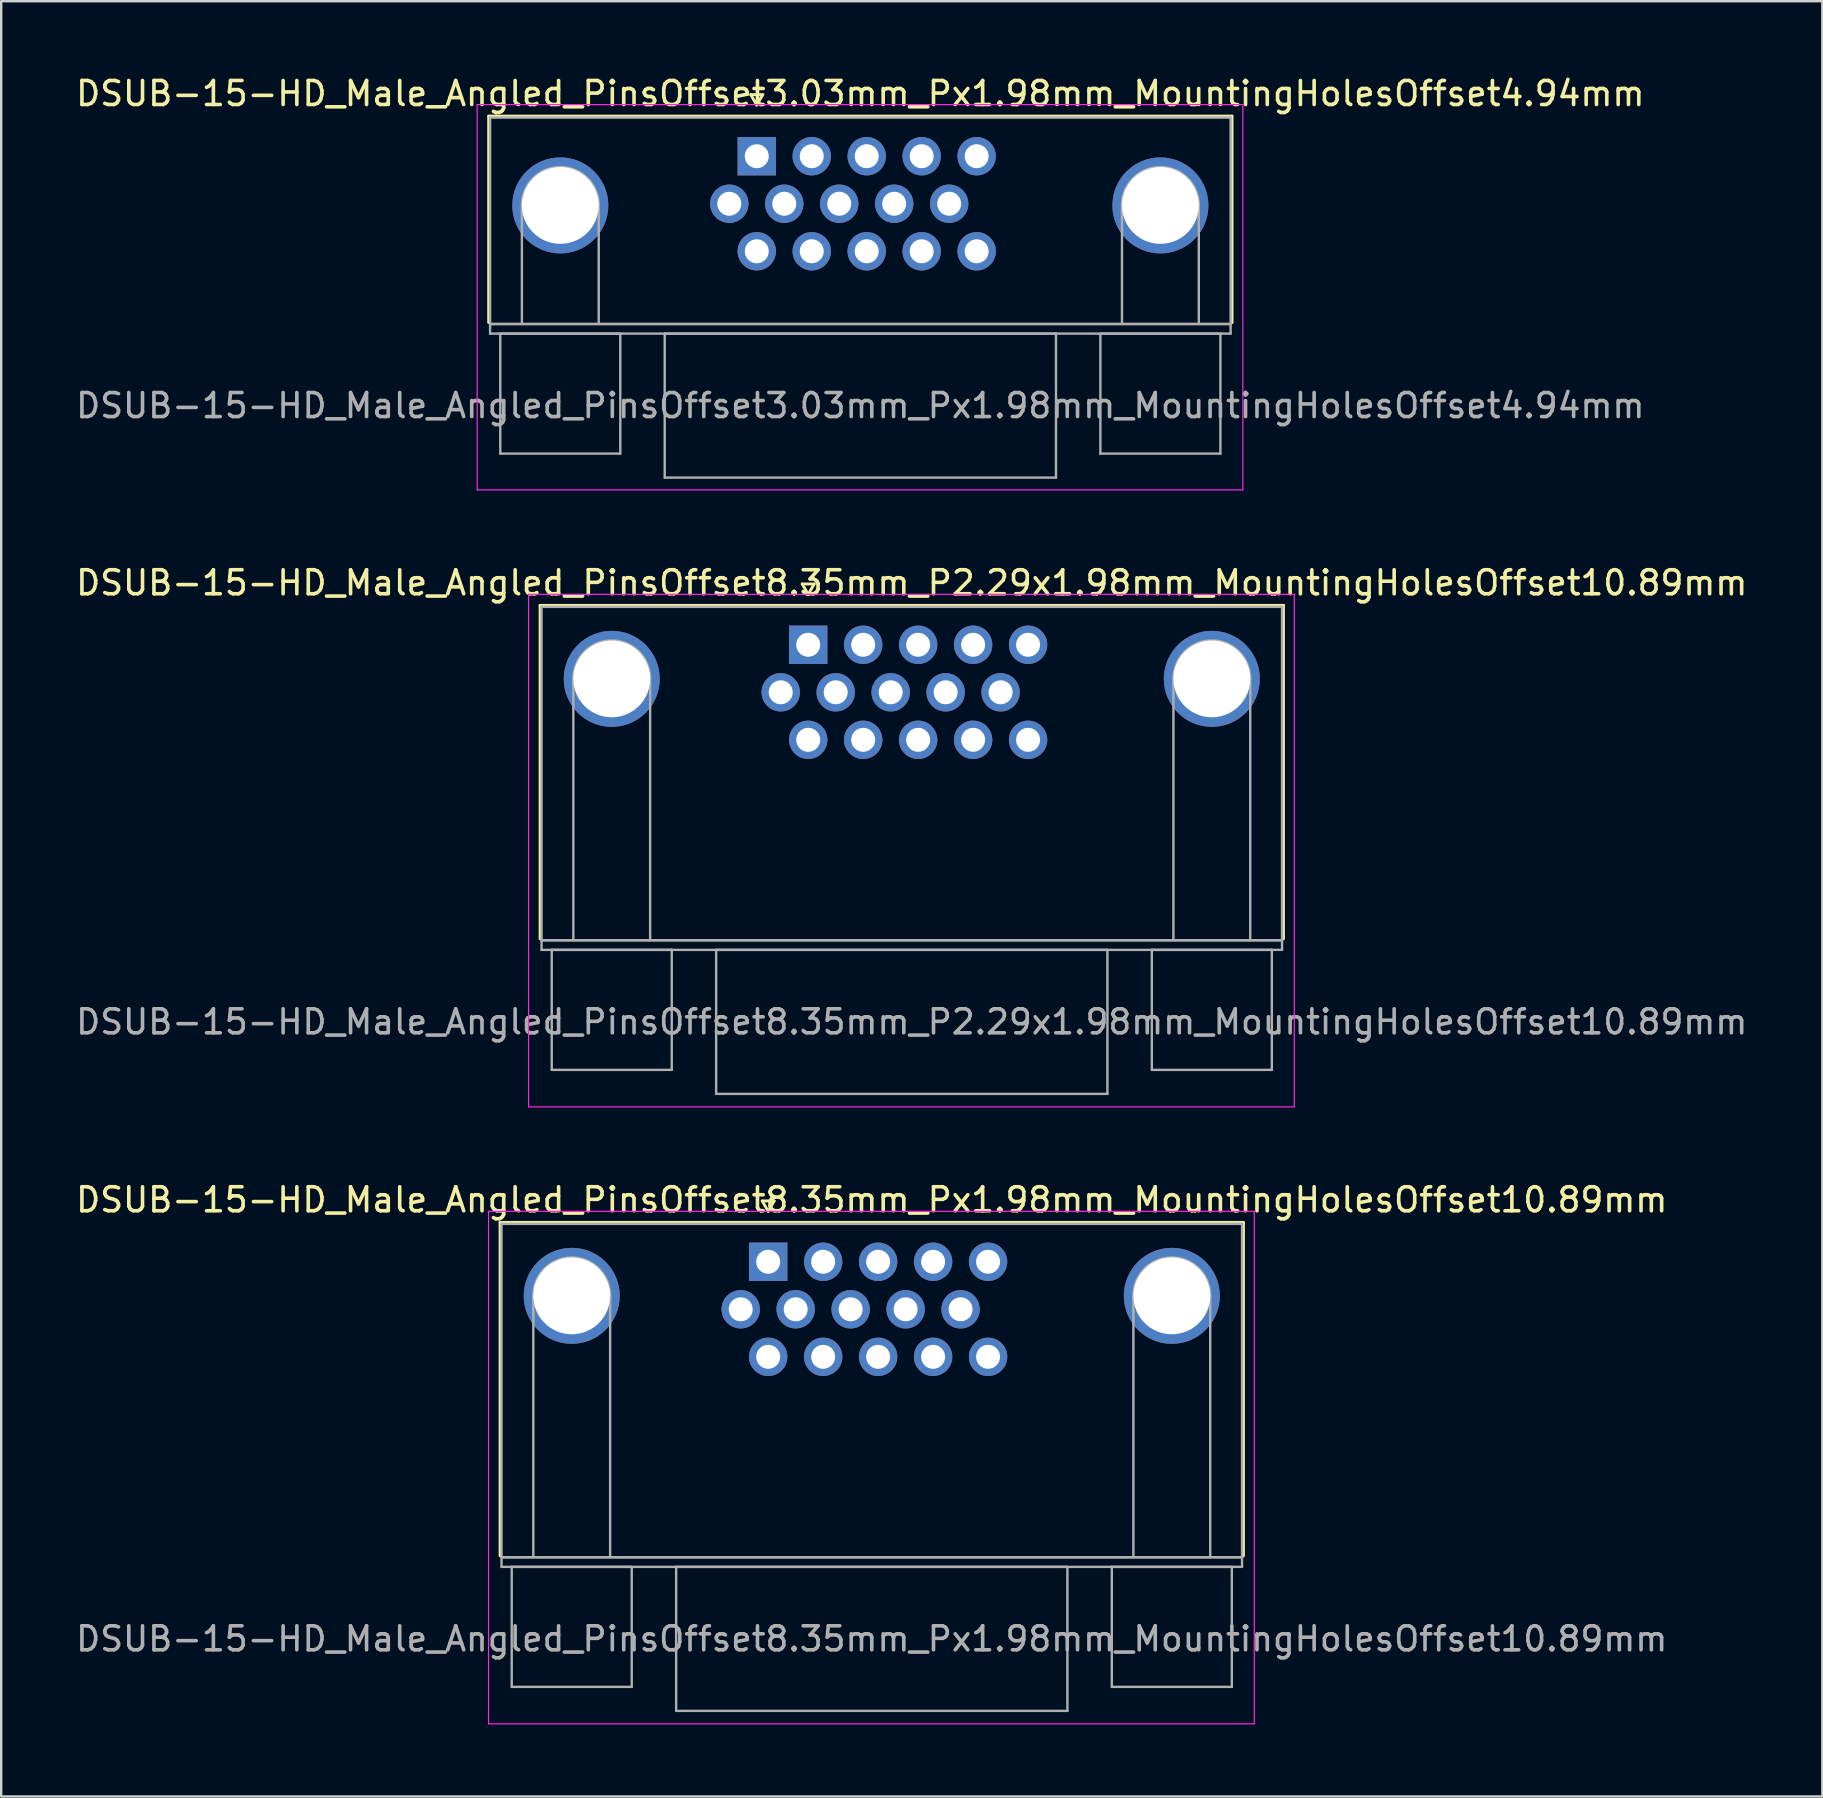
<source format=kicad_pcb>
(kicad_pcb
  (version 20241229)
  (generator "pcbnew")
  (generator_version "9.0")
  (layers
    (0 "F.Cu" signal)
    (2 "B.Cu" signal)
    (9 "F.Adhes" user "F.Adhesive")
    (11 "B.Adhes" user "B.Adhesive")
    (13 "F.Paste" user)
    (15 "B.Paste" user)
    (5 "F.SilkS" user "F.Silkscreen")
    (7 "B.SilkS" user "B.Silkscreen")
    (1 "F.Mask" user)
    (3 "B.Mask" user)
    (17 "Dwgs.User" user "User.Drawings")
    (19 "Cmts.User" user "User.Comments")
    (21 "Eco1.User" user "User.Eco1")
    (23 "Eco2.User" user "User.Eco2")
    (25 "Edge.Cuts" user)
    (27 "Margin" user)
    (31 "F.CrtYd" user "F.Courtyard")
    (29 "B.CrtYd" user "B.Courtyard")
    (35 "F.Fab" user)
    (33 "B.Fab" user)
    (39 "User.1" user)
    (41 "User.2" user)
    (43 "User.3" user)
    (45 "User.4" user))
  (footprint "DSUB-15-HD_Male_Angled_PinsOffset3.03mm_Px1.98mm_MountingHolesOffset4.94mm"
    (layer "F.Cu")
    (at 28.477 3.458)
    (property "Reference" "DSUB-15-HD_Male_Angled_PinsOffset3.03mm_Px1.98mm_MountingHolesOffset4.94mm" (at 4.315 -2.61 0) (layer "F.SilkS") (effects (font (size 1 1) (thickness 0.15))))
    (attr through_hole)
    (fp_line (start -11.17 -1.67) (end 19.8 -1.67) (stroke (width 0.12) (type solid)) (layer "F.SilkS"))
    (fp_line (start -11.17 6.93) (end -11.17 -1.67) (stroke (width 0.12) (type solid)) (layer "F.SilkS"))
    (fp_line (start -0.25 -2.564) (end 0.25 -2.564) (stroke (width 0.12) (type solid)) (layer "F.SilkS"))
    (fp_line (start 0 -2.131) (end -0.25 -2.564) (stroke (width 0.12) (type solid)) (layer "F.SilkS"))
    (fp_line (start 0.25 -2.564) (end 0 -2.131) (stroke (width 0.12) (type solid)) (layer "F.SilkS"))
    (fp_line (start 19.8 -1.67) (end 19.8 6.93) (stroke (width 0.12) (type solid)) (layer "F.SilkS"))
    (fp_line (start -11.65 -2.15) (end -11.65 13.9) (stroke (width 0.05) (type solid)) (layer "F.CrtYd"))
    (fp_line (start -11.65 13.9) (end 20.25 13.9) (stroke (width 0.05) (type solid)) (layer "F.CrtYd"))
    (fp_line (start 20.25 -2.15) (end -11.65 -2.15) (stroke (width 0.05) (type solid)) (layer "F.CrtYd"))
    (fp_line (start 20.25 13.9) (end 20.25 -2.15) (stroke (width 0.05) (type solid)) (layer "F.CrtYd"))
    (fp_line (start -11.11 -1.61) (end -11.11 6.99) (stroke (width 0.1) (type solid)) (layer "F.Fab"))
    (fp_line (start -11.11 6.99) (end -11.11 7.39) (stroke (width 0.1) (type solid)) (layer "F.Fab"))
    (fp_line (start -11.11 6.99) (end 19.74 6.99) (stroke (width 0.1) (type solid)) (layer "F.Fab"))
    (fp_line (start -11.11 7.39) (end 19.74 7.39) (stroke (width 0.1) (type solid)) (layer "F.Fab"))
    (fp_line (start -10.685 7.39) (end -10.685 12.39) (stroke (width 0.1) (type solid)) (layer "F.Fab"))
    (fp_line (start -10.685 12.39) (end -5.685 12.39) (stroke (width 0.1) (type solid)) (layer "F.Fab"))
    (fp_line (start -9.785 6.99) (end -9.785 2.05) (stroke (width 0.1) (type solid)) (layer "F.Fab"))
    (fp_line (start -6.585 6.99) (end -6.585 2.05) (stroke (width 0.1) (type solid)) (layer "F.Fab"))
    (fp_line (start -5.685 7.39) (end -10.685 7.39) (stroke (width 0.1) (type solid)) (layer "F.Fab"))
    (fp_line (start -5.685 12.39) (end -5.685 7.39) (stroke (width 0.1) (type solid)) (layer "F.Fab"))
    (fp_line (start -3.835 7.39) (end -3.835 13.39) (stroke (width 0.1) (type solid)) (layer "F.Fab"))
    (fp_line (start -3.835 13.39) (end 12.465 13.39) (stroke (width 0.1) (type solid)) (layer "F.Fab"))
    (fp_line (start 12.465 7.39) (end -3.835 7.39) (stroke (width 0.1) (type solid)) (layer "F.Fab"))
    (fp_line (start 12.465 13.39) (end 12.465 7.39) (stroke (width 0.1) (type solid)) (layer "F.Fab"))
    (fp_line (start 14.315 7.39) (end 14.315 12.39) (stroke (width 0.1) (type solid)) (layer "F.Fab"))
    (fp_line (start 14.315 12.39) (end 19.315 12.39) (stroke (width 0.1) (type solid)) (layer "F.Fab"))
    (fp_line (start 15.215 6.99) (end 15.215 2.05) (stroke (width 0.1) (type solid)) (layer "F.Fab"))
    (fp_line (start 18.415 6.99) (end 18.415 2.05) (stroke (width 0.1) (type solid)) (layer "F.Fab"))
    (fp_line (start 19.315 7.39) (end 14.315 7.39) (stroke (width 0.1) (type solid)) (layer "F.Fab"))
    (fp_line (start 19.315 12.39) (end 19.315 7.39) (stroke (width 0.1) (type solid)) (layer "F.Fab"))
    (fp_line (start 19.74 -1.61) (end -11.11 -1.61) (stroke (width 0.1) (type solid)) (layer "F.Fab"))
    (fp_line (start 19.74 6.99) (end -11.11 6.99) (stroke (width 0.1) (type solid)) (layer "F.Fab"))
    (fp_line (start 19.74 6.99) (end 19.74 -1.61) (stroke (width 0.1) (type solid)) (layer "F.Fab"))
    (fp_line (start 19.74 7.39) (end 19.74 6.99) (stroke (width 0.1) (type solid)) (layer "F.Fab"))
    (fp_arc (start -9.785 2.05) (mid -8.185 0.45) (end -6.585 2.05) (stroke (width 0.1) (type solid)) (layer "F.Fab"))
    (fp_arc (start 15.215 2.05) (mid 16.815 0.45) (end 18.415 2.05) (stroke (width 0.1) (type solid)) (layer "F.Fab"))
    (fp_text user "${REFERENCE}" (at 4.315 10.39 0) (layer "F.Fab") (effects (font (size 1 1) (thickness 0.15))))
    (pad "0" thru_hole circle (at -8.185 2.05) (size 4 4) (drill 3.2) (layers "*.Cu" "*.Mask"))
    (pad "0" thru_hole circle (at 16.815 2.05) (size 4 4) (drill 3.2) (layers "*.Cu" "*.Mask"))
    (pad "1" thru_hole rect (at 0 0) (size 1.6 1.6) (drill 1) (layers "*.Cu" "*.Mask"))
    (pad "2" thru_hole circle (at 2.29 0) (size 1.6 1.6) (drill 1) (layers "*.Cu" "*.Mask"))
    (pad "3" thru_hole circle (at 4.58 0) (size 1.6 1.6) (drill 1) (layers "*.Cu" "*.Mask"))
    (pad "4" thru_hole circle (at 6.87 0) (size 1.6 1.6) (drill 1) (layers "*.Cu" "*.Mask"))
    (pad "5" thru_hole circle (at 9.16 0) (size 1.6 1.6) (drill 1) (layers "*.Cu" "*.Mask"))
    (pad "6" thru_hole circle (at -1.145 1.98) (size 1.6 1.6) (drill 1) (layers "*.Cu" "*.Mask"))
    (pad "7" thru_hole circle (at 1.145 1.98) (size 1.6 1.6) (drill 1) (layers "*.Cu" "*.Mask"))
    (pad "8" thru_hole circle (at 3.435 1.98) (size 1.6 1.6) (drill 1) (layers "*.Cu" "*.Mask"))
    (pad "9" thru_hole circle (at 5.725 1.98) (size 1.6 1.6) (drill 1) (layers "*.Cu" "*.Mask"))
    (pad "10" thru_hole circle (at 8.015 1.98) (size 1.6 1.6) (drill 1) (layers "*.Cu" "*.Mask"))
    (pad "11" thru_hole circle (at 0 3.96) (size 1.6 1.6) (drill 1) (layers "*.Cu" "*.Mask"))
    (pad "12" thru_hole circle (at 2.29 3.96) (size 1.6 1.6) (drill 1) (layers "*.Cu" "*.Mask"))
    (pad "13" thru_hole circle (at 4.58 3.96) (size 1.6 1.6) (drill 1) (layers "*.Cu" "*.Mask"))
    (pad "14" thru_hole circle (at 6.87 3.96) (size 1.6 1.6) (drill 1) (layers "*.Cu" "*.Mask"))
    (pad "15" thru_hole circle (at 9.16 3.96) (size 1.6 1.6) (drill 1) (layers "*.Cu" "*.Mask")))
  (footprint "DSUB-15-HD_Male_Angled_PinsOffset8.35mm_P2.29x1.98mm_MountingHolesOffset10.89mm"
    (layer "F.Cu")
    (at 30.62 23.811)
    (property "Reference" "DSUB-15-HD_Male_Angled_PinsOffset8.35mm_P2.29x1.98mm_MountingHolesOffset10.89mm" (at 4.315 -2.58 0) (layer "F.SilkS") (effects (font (size 1 1) (thickness 0.15))))
    (attr through_hole)
    (fp_line (start -11.17 -1.64) (end 19.8 -1.64) (stroke (width 0.12) (type solid)) (layer "F.SilkS"))
    (fp_line (start -11.17 12.25) (end -11.17 -1.64) (stroke (width 0.12) (type solid)) (layer "F.SilkS"))
    (fp_line (start -0.25 -2.534) (end 0.25 -2.534) (stroke (width 0.12) (type solid)) (layer "F.SilkS"))
    (fp_line (start 0 -2.101) (end -0.25 -2.534) (stroke (width 0.12) (type solid)) (layer "F.SilkS"))
    (fp_line (start 0.25 -2.534) (end 0 -2.101) (stroke (width 0.12) (type solid)) (layer "F.SilkS"))
    (fp_line (start 19.8 -1.64) (end 19.8 12.25) (stroke (width 0.12) (type solid)) (layer "F.SilkS"))
    (fp_line (start -11.65 -2.1) (end -11.65 19.25) (stroke (width 0.05) (type solid)) (layer "F.CrtYd"))
    (fp_line (start -11.65 19.25) (end 20.25 19.25) (stroke (width 0.05) (type solid)) (layer "F.CrtYd"))
    (fp_line (start 20.25 -2.1) (end -11.65 -2.1) (stroke (width 0.05) (type solid)) (layer "F.CrtYd"))
    (fp_line (start 20.25 19.25) (end 20.25 -2.1) (stroke (width 0.05) (type solid)) (layer "F.CrtYd"))
    (fp_line (start -11.11 -1.58) (end -11.11 12.31) (stroke (width 0.1) (type solid)) (layer "F.Fab"))
    (fp_line (start -11.11 12.31) (end -11.11 12.71) (stroke (width 0.1) (type solid)) (layer "F.Fab"))
    (fp_line (start -11.11 12.31) (end 19.74 12.31) (stroke (width 0.1) (type solid)) (layer "F.Fab"))
    (fp_line (start -11.11 12.71) (end 19.74 12.71) (stroke (width 0.1) (type solid)) (layer "F.Fab"))
    (fp_line (start -10.685 12.71) (end -10.685 17.71) (stroke (width 0.1) (type solid)) (layer "F.Fab"))
    (fp_line (start -10.685 17.71) (end -5.685 17.71) (stroke (width 0.1) (type solid)) (layer "F.Fab"))
    (fp_line (start -9.785 12.31) (end -9.785 1.42) (stroke (width 0.1) (type solid)) (layer "F.Fab"))
    (fp_line (start -6.585 12.31) (end -6.585 1.42) (stroke (width 0.1) (type solid)) (layer "F.Fab"))
    (fp_line (start -5.685 12.71) (end -10.685 12.71) (stroke (width 0.1) (type solid)) (layer "F.Fab"))
    (fp_line (start -5.685 17.71) (end -5.685 12.71) (stroke (width 0.1) (type solid)) (layer "F.Fab"))
    (fp_line (start -3.835 12.71) (end -3.835 18.71) (stroke (width 0.1) (type solid)) (layer "F.Fab"))
    (fp_line (start -3.835 18.71) (end 12.465 18.71) (stroke (width 0.1) (type solid)) (layer "F.Fab"))
    (fp_line (start 12.465 12.71) (end -3.835 12.71) (stroke (width 0.1) (type solid)) (layer "F.Fab"))
    (fp_line (start 12.465 18.71) (end 12.465 12.71) (stroke (width 0.1) (type solid)) (layer "F.Fab"))
    (fp_line (start 14.315 12.71) (end 14.315 17.71) (stroke (width 0.1) (type solid)) (layer "F.Fab"))
    (fp_line (start 14.315 17.71) (end 19.315 17.71) (stroke (width 0.1) (type solid)) (layer "F.Fab"))
    (fp_line (start 15.215 12.31) (end 15.215 1.42) (stroke (width 0.1) (type solid)) (layer "F.Fab"))
    (fp_line (start 18.415 12.31) (end 18.415 1.42) (stroke (width 0.1) (type solid)) (layer "F.Fab"))
    (fp_line (start 19.315 12.71) (end 14.315 12.71) (stroke (width 0.1) (type solid)) (layer "F.Fab"))
    (fp_line (start 19.315 17.71) (end 19.315 12.71) (stroke (width 0.1) (type solid)) (layer "F.Fab"))
    (fp_line (start 19.74 -1.58) (end -11.11 -1.58) (stroke (width 0.1) (type solid)) (layer "F.Fab"))
    (fp_line (start 19.74 12.31) (end -11.11 12.31) (stroke (width 0.1) (type solid)) (layer "F.Fab"))
    (fp_line (start 19.74 12.31) (end 19.74 -1.58) (stroke (width 0.1) (type solid)) (layer "F.Fab"))
    (fp_line (start 19.74 12.71) (end 19.74 12.31) (stroke (width 0.1) (type solid)) (layer "F.Fab"))
    (fp_arc (start -9.785 1.42) (mid -8.185 -0.18) (end -6.585 1.42) (stroke (width 0.1) (type solid)) (layer "F.Fab"))
    (fp_arc (start 15.215 1.42) (mid 16.815 -0.18) (end 18.415 1.42) (stroke (width 0.1) (type solid)) (layer "F.Fab"))
    (fp_text user "${REFERENCE}" (at 4.315 15.71 0) (layer "F.Fab") (effects (font (size 1 1) (thickness 0.15))))
    (pad "0" thru_hole circle (at -8.185 1.42) (size 4 4) (drill 3.2) (layers "*.Cu" "*.Mask"))
    (pad "0" thru_hole circle (at 16.815 1.42) (size 4 4) (drill 3.2) (layers "*.Cu" "*.Mask"))
    (pad "1" thru_hole rect (at 0 0) (size 1.6 1.6) (drill 1) (layers "*.Cu" "*.Mask"))
    (pad "2" thru_hole circle (at 2.29 0) (size 1.6 1.6) (drill 1) (layers "*.Cu" "*.Mask"))
    (pad "3" thru_hole circle (at 4.58 0) (size 1.6 1.6) (drill 1) (layers "*.Cu" "*.Mask"))
    (pad "4" thru_hole circle (at 6.87 0) (size 1.6 1.6) (drill 1) (layers "*.Cu" "*.Mask"))
    (pad "5" thru_hole circle (at 9.16 0) (size 1.6 1.6) (drill 1) (layers "*.Cu" "*.Mask"))
    (pad "6" thru_hole circle (at -1.145 1.98) (size 1.6 1.6) (drill 1) (layers "*.Cu" "*.Mask"))
    (pad "7" thru_hole circle (at 1.145 1.98) (size 1.6 1.6) (drill 1) (layers "*.Cu" "*.Mask"))
    (pad "8" thru_hole circle (at 3.435 1.98) (size 1.6 1.6) (drill 1) (layers "*.Cu" "*.Mask"))
    (pad "9" thru_hole circle (at 5.725 1.98) (size 1.6 1.6) (drill 1) (layers "*.Cu" "*.Mask"))
    (pad "10" thru_hole circle (at 8.015 1.98) (size 1.6 1.6) (drill 1) (layers "*.Cu" "*.Mask"))
    (pad "11" thru_hole circle (at 0 3.96) (size 1.6 1.6) (drill 1) (layers "*.Cu" "*.Mask"))
    (pad "12" thru_hole circle (at 2.29 3.96) (size 1.6 1.6) (drill 1) (layers "*.Cu" "*.Mask"))
    (pad "13" thru_hole circle (at 4.58 3.96) (size 1.6 1.6) (drill 1) (layers "*.Cu" "*.Mask"))
    (pad "14" thru_hole circle (at 6.87 3.96) (size 1.6 1.6) (drill 1) (layers "*.Cu" "*.Mask"))
    (pad "15" thru_hole circle (at 9.16 3.96) (size 1.6 1.6) (drill 1) (layers "*.Cu" "*.Mask")))
  (footprint "DSUB-15-HD_Male_Angled_PinsOffset8.35mm_Px1.98mm_MountingHolesOffset10.89mm"
    (layer "F.Cu")
    (at 28.953 49.515)
    (property "Reference" "DSUB-15-HD_Male_Angled_PinsOffset8.35mm_Px1.98mm_MountingHolesOffset10.89mm" (at 4.315 -2.58 0) (layer "F.SilkS") (effects (font (size 1 1) (thickness 0.15))))
    (attr through_hole)
    (fp_line (start -11.17 -1.64) (end 19.8 -1.64) (stroke (width 0.12) (type solid)) (layer "F.SilkS"))
    (fp_line (start -11.17 12.25) (end -11.17 -1.64) (stroke (width 0.12) (type solid)) (layer "F.SilkS"))
    (fp_line (start -0.25 -2.534) (end 0.25 -2.534) (stroke (width 0.12) (type solid)) (layer "F.SilkS"))
    (fp_line (start 0 -2.101) (end -0.25 -2.534) (stroke (width 0.12) (type solid)) (layer "F.SilkS"))
    (fp_line (start 0.25 -2.534) (end 0 -2.101) (stroke (width 0.12) (type solid)) (layer "F.SilkS"))
    (fp_line (start 19.8 -1.64) (end 19.8 12.25) (stroke (width 0.12) (type solid)) (layer "F.SilkS"))
    (fp_line (start -11.65 -2.1) (end -11.65 19.25) (stroke (width 0.05) (type solid)) (layer "F.CrtYd"))
    (fp_line (start -11.65 19.25) (end 20.25 19.25) (stroke (width 0.05) (type solid)) (layer "F.CrtYd"))
    (fp_line (start 20.25 -2.1) (end -11.65 -2.1) (stroke (width 0.05) (type solid)) (layer "F.CrtYd"))
    (fp_line (start 20.25 19.25) (end 20.25 -2.1) (stroke (width 0.05) (type solid)) (layer "F.CrtYd"))
    (fp_line (start -11.11 -1.58) (end -11.11 12.31) (stroke (width 0.1) (type solid)) (layer "F.Fab"))
    (fp_line (start -11.11 12.31) (end -11.11 12.71) (stroke (width 0.1) (type solid)) (layer "F.Fab"))
    (fp_line (start -11.11 12.31) (end 19.74 12.31) (stroke (width 0.1) (type solid)) (layer "F.Fab"))
    (fp_line (start -11.11 12.71) (end 19.74 12.71) (stroke (width 0.1) (type solid)) (layer "F.Fab"))
    (fp_line (start -10.685 12.71) (end -10.685 17.71) (stroke (width 0.1) (type solid)) (layer "F.Fab"))
    (fp_line (start -10.685 17.71) (end -5.685 17.71) (stroke (width 0.1) (type solid)) (layer "F.Fab"))
    (fp_line (start -9.785 12.31) (end -9.785 1.42) (stroke (width 0.1) (type solid)) (layer "F.Fab"))
    (fp_line (start -6.585 12.31) (end -6.585 1.42) (stroke (width 0.1) (type solid)) (layer "F.Fab"))
    (fp_line (start -5.685 12.71) (end -10.685 12.71) (stroke (width 0.1) (type solid)) (layer "F.Fab"))
    (fp_line (start -5.685 17.71) (end -5.685 12.71) (stroke (width 0.1) (type solid)) (layer "F.Fab"))
    (fp_line (start -3.835 12.71) (end -3.835 18.71) (stroke (width 0.1) (type solid)) (layer "F.Fab"))
    (fp_line (start -3.835 18.71) (end 12.465 18.71) (stroke (width 0.1) (type solid)) (layer "F.Fab"))
    (fp_line (start 12.465 12.71) (end -3.835 12.71) (stroke (width 0.1) (type solid)) (layer "F.Fab"))
    (fp_line (start 12.465 18.71) (end 12.465 12.71) (stroke (width 0.1) (type solid)) (layer "F.Fab"))
    (fp_line (start 14.315 12.71) (end 14.315 17.71) (stroke (width 0.1) (type solid)) (layer "F.Fab"))
    (fp_line (start 14.315 17.71) (end 19.315 17.71) (stroke (width 0.1) (type solid)) (layer "F.Fab"))
    (fp_line (start 15.215 12.31) (end 15.215 1.42) (stroke (width 0.1) (type solid)) (layer "F.Fab"))
    (fp_line (start 18.415 12.31) (end 18.415 1.42) (stroke (width 0.1) (type solid)) (layer "F.Fab"))
    (fp_line (start 19.315 12.71) (end 14.315 12.71) (stroke (width 0.1) (type solid)) (layer "F.Fab"))
    (fp_line (start 19.315 17.71) (end 19.315 12.71) (stroke (width 0.1) (type solid)) (layer "F.Fab"))
    (fp_line (start 19.74 -1.58) (end -11.11 -1.58) (stroke (width 0.1) (type solid)) (layer "F.Fab"))
    (fp_line (start 19.74 12.31) (end -11.11 12.31) (stroke (width 0.1) (type solid)) (layer "F.Fab"))
    (fp_line (start 19.74 12.31) (end 19.74 -1.58) (stroke (width 0.1) (type solid)) (layer "F.Fab"))
    (fp_line (start 19.74 12.71) (end 19.74 12.31) (stroke (width 0.1) (type solid)) (layer "F.Fab"))
    (fp_arc (start -9.785 1.42) (mid -8.185 -0.18) (end -6.585 1.42) (stroke (width 0.1) (type solid)) (layer "F.Fab"))
    (fp_arc (start 15.215 1.42) (mid 16.815 -0.18) (end 18.415 1.42) (stroke (width 0.1) (type solid)) (layer "F.Fab"))
    (fp_text user "${REFERENCE}" (at 4.315 15.71 0) (layer "F.Fab") (effects (font (size 1 1) (thickness 0.15))))
    (pad "0" thru_hole circle (at -8.185 1.42) (size 4 4) (drill 3.2) (layers "*.Cu" "*.Mask"))
    (pad "0" thru_hole circle (at 16.815 1.42) (size 4 4) (drill 3.2) (layers "*.Cu" "*.Mask"))
    (pad "1" thru_hole rect (at 0 0) (size 1.6 1.6) (drill 1) (layers "*.Cu" "*.Mask"))
    (pad "2" thru_hole circle (at 2.29 0) (size 1.6 1.6) (drill 1) (layers "*.Cu" "*.Mask"))
    (pad "3" thru_hole circle (at 4.58 0) (size 1.6 1.6) (drill 1) (layers "*.Cu" "*.Mask"))
    (pad "4" thru_hole circle (at 6.87 0) (size 1.6 1.6) (drill 1) (layers "*.Cu" "*.Mask"))
    (pad "5" thru_hole circle (at 9.16 0) (size 1.6 1.6) (drill 1) (layers "*.Cu" "*.Mask"))
    (pad "6" thru_hole circle (at -1.145 1.98) (size 1.6 1.6) (drill 1) (layers "*.Cu" "*.Mask"))
    (pad "7" thru_hole circle (at 1.145 1.98) (size 1.6 1.6) (drill 1) (layers "*.Cu" "*.Mask"))
    (pad "8" thru_hole circle (at 3.435 1.98) (size 1.6 1.6) (drill 1) (layers "*.Cu" "*.Mask"))
    (pad "9" thru_hole circle (at 5.725 1.98) (size 1.6 1.6) (drill 1) (layers "*.Cu" "*.Mask"))
    (pad "10" thru_hole circle (at 8.015 1.98) (size 1.6 1.6) (drill 1) (layers "*.Cu" "*.Mask"))
    (pad "11" thru_hole circle (at 0 3.96) (size 1.6 1.6) (drill 1) (layers "*.Cu" "*.Mask"))
    (pad "12" thru_hole circle (at 2.29 3.96) (size 1.6 1.6) (drill 1) (layers "*.Cu" "*.Mask"))
    (pad "13" thru_hole circle (at 4.58 3.96) (size 1.6 1.6) (drill 1) (layers "*.Cu" "*.Mask"))
    (pad "14" thru_hole circle (at 6.87 3.96) (size 1.6 1.6) (drill 1) (layers "*.Cu" "*.Mask"))
    (pad "15" thru_hole circle (at 9.16 3.96) (size 1.6 1.6) (drill 1) (layers "*.Cu" "*.Mask")))
  (gr_rect
    (start -3 -3)
    (end 72.869 71.79)
    (stroke (width 0.1) (type default))
    (fill no)
    (layer "Edge.Cuts")))
</source>
